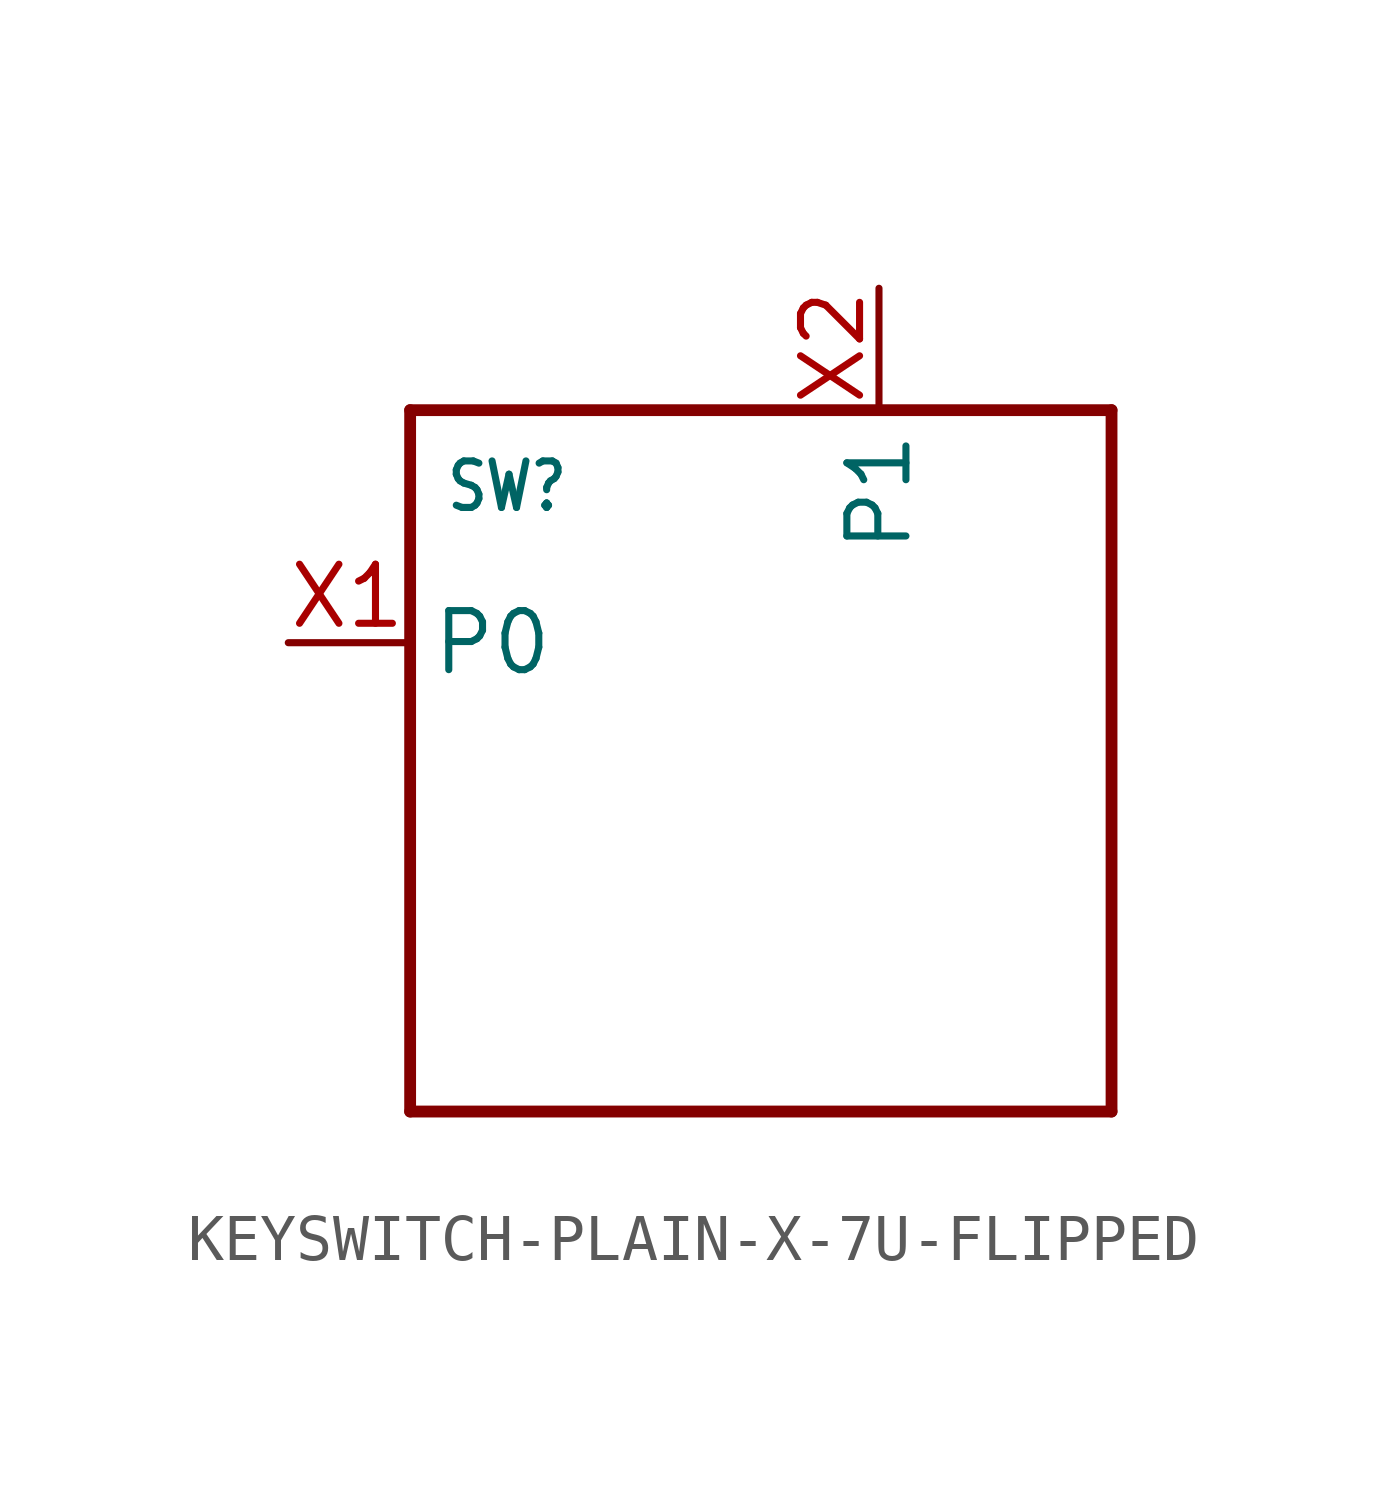
<source format=kicad_sym>
(kicad_symbol_lib
  (version 20211014)
  (generator kicad_symbol_editor)
  (symbol "KEYSWITCH-PLAIN-X-7U-FLIPPED"
    (property "Reference" "SW"
      (at -6.81 5.318 0)
      (effects (font (size 1 0.85)) (justify left bottom)))
    (property "ki_locked" ""
      (at 0 0 0)
      (effects (font (size 1.27 1.27))))
    (symbol "KEYSWITCH-PLAIN-X-7U-FLIPPED_1_0"
      (polyline (pts (xy -7.54 -7.54) (xy -7.54 7.54)) (stroke (width 0.254) (type default) (color 0 0 0 0)) (fill (type none)))
      (polyline (pts (xy -7.54 7.54) (xy 7.54 7.54)) (stroke (width 0.254) (type default) (color 0 0 0 0)) (fill (type none)))
      (polyline (pts (xy 7.54 -7.54) (xy -7.54 -7.54)) (stroke (width 0.254) (type default) (color 0 0 0 0)) (fill (type none)))
      (polyline (pts (xy 7.54 7.54) (xy 7.54 -7.54)) (stroke (width 0.254) (type default) (color 0 0 0 0)) (fill (type none)))
      (pin bidirectional line (at -10.16 2.54 0) (length 2.54) (name "P0" (effects (font (size 1.27 1.27)))) (number "X1" (effects (font (size 1.27 1.27)))))
      (pin bidirectional line (at 2.54 10.16 270) (length 2.54) (name "P1" (effects (font (size 1.27 1.27)))) (number "X2" (effects (font (size 1.27 1.27))))))))
</source>
